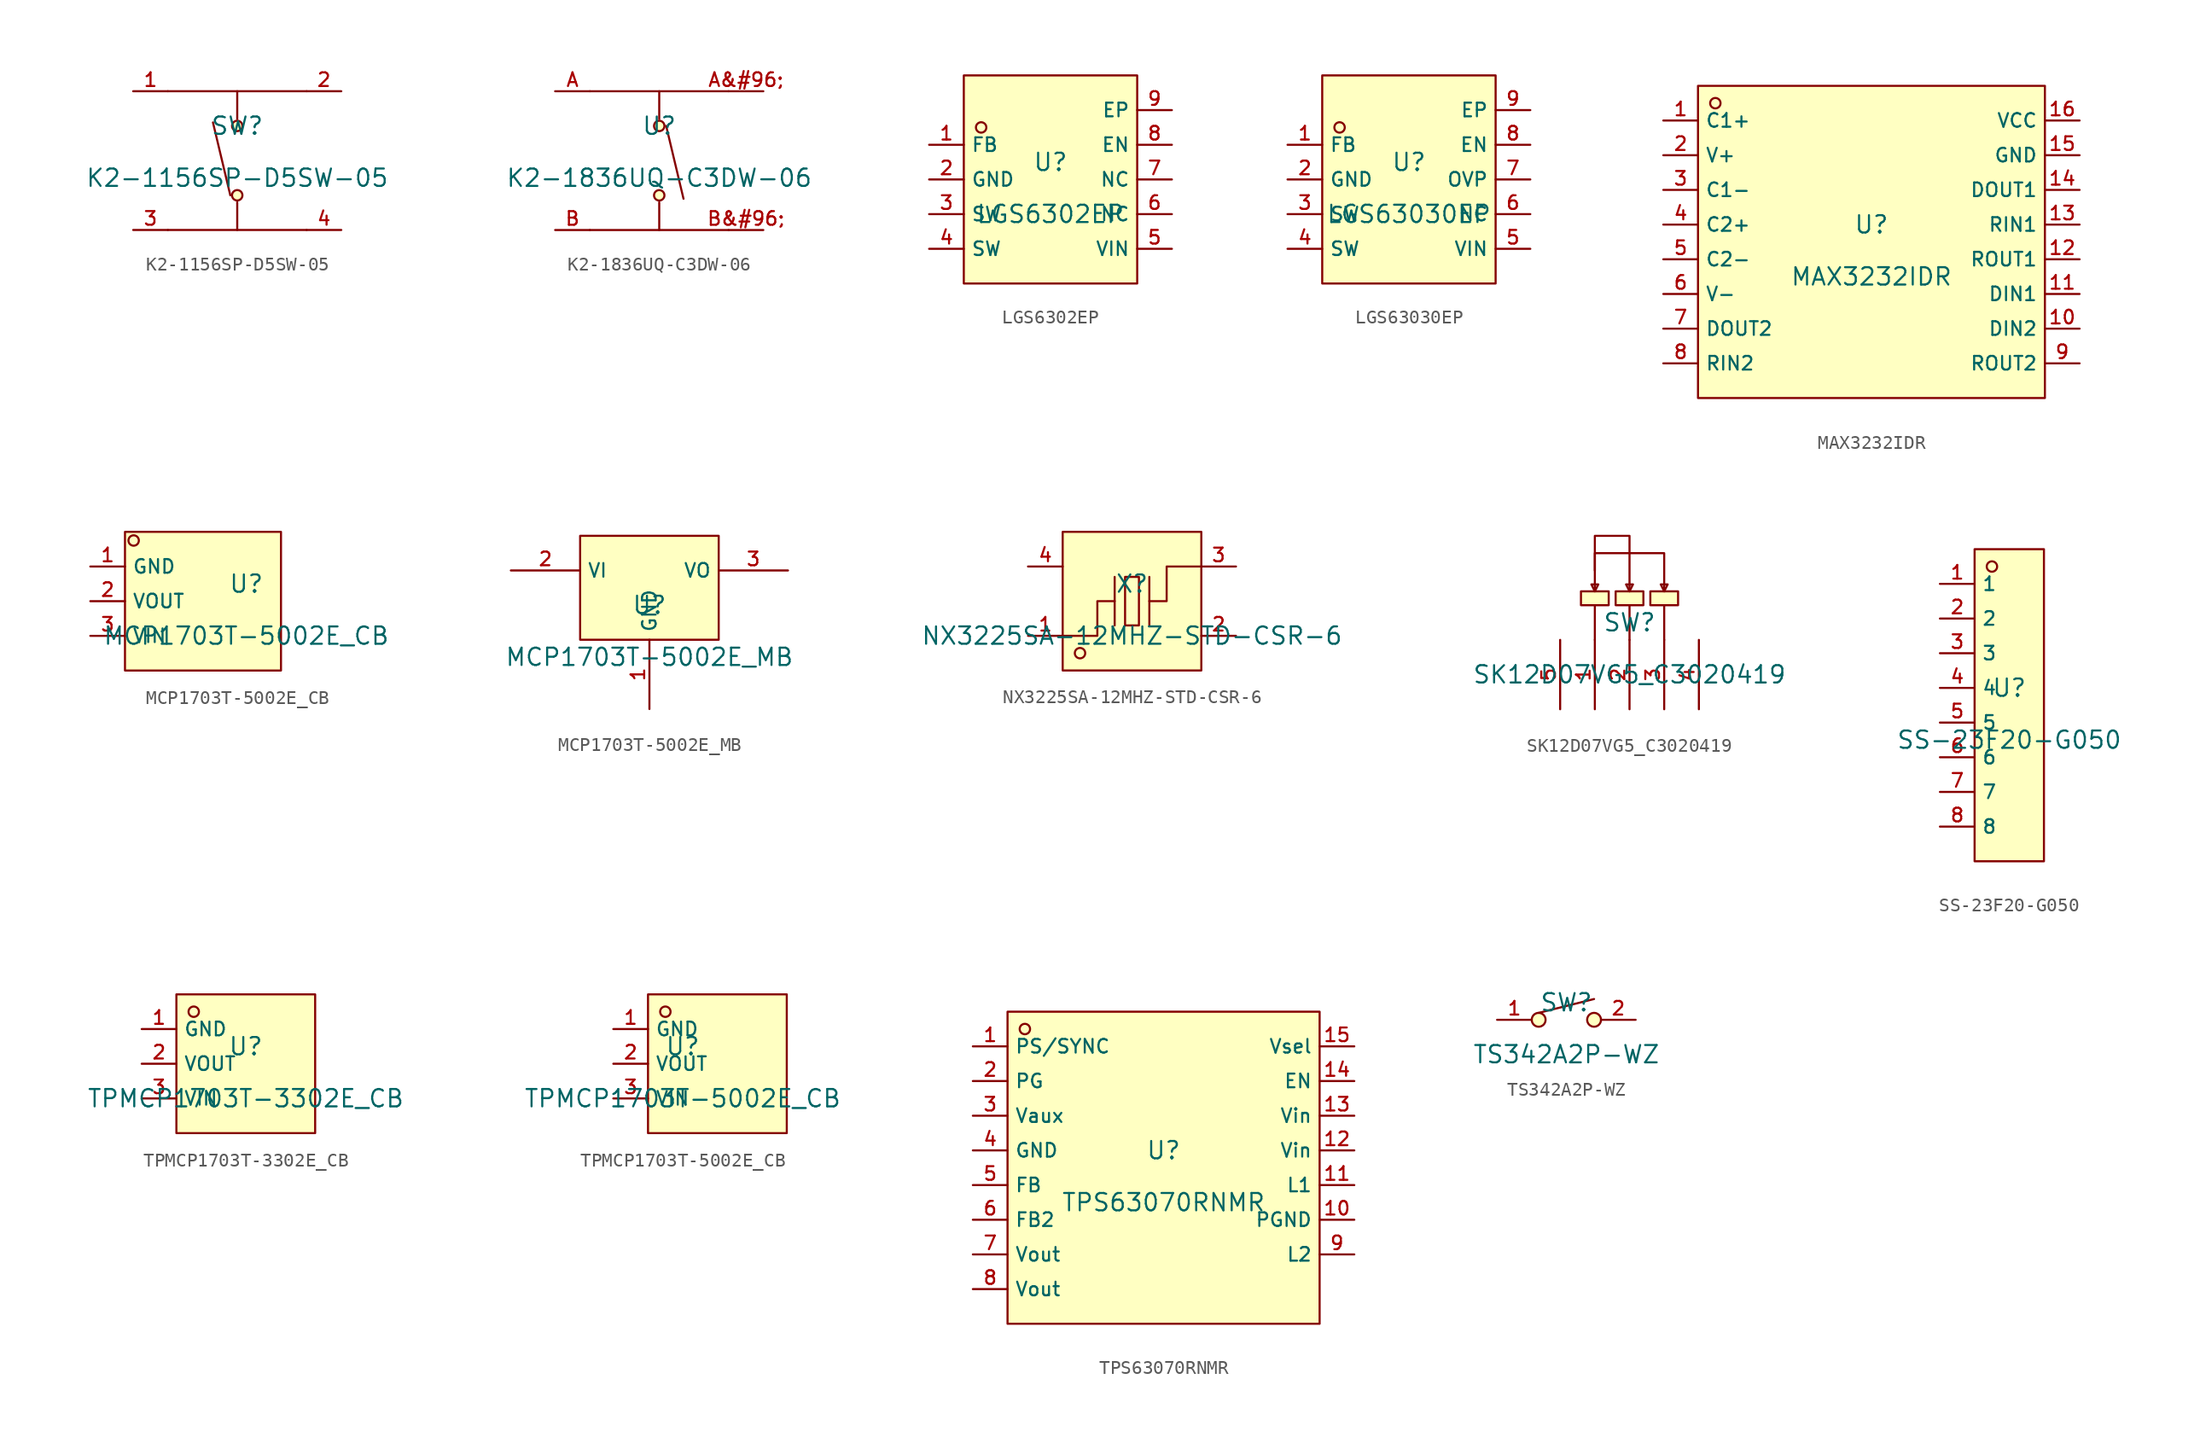
<source format=kicad_sym>
(kicad_symbol_lib
  (version 20220914)
  (generator kicad_symbol_editor)
  (symbol "K2-1156SP-D5SW-05"
    (pin_names hide)
    (property "Reference" "SW"
      (at 0 1.27 0)
      (effects (font (size 1.27 1.27))))
    (property "Value" "K2-1156SP-D5SW-05"
      (at 0 -2.54 0)
      (effects (font (size 1.27 1.27))))
    (symbol "K2-1156SP-D5SW-05_0_1"
      (circle (center 0 -3.81) (radius 0.381) (stroke (width 0) (type default)) (fill (type background)))
      (polyline (pts (xy -5.08 -6.35) (xy 5.08 -6.35)) (stroke (width 0) (type default)) (fill (type none)))
      (polyline (pts (xy -5.08 3.81) (xy 5.08 3.81)) (stroke (width 0) (type default)) (fill (type none)))
      (polyline (pts (xy -0.508 -3.81) (xy -1.778 1.524)) (stroke (width 0) (type default)) (fill (type none)))
      (polyline (pts (xy 0 -4.318) (xy 0 -6.35)) (stroke (width 0) (type default)) (fill (type none)))
      (polyline (pts (xy 0 1.778) (xy 0 3.81)) (stroke (width 0) (type default)) (fill (type none)))
      (circle (center 0 1.27) (radius 0.381) (stroke (width 0) (type default)) (fill (type background)))
      (pin unspecified line (at -7.62 3.81 0) (length 2.54) (name "1" (effects (font (size 1 1)))) (number "1" (effects (font (size 1 1)))))
      (pin unspecified line (at 7.62 3.81 180) (length 2.54) (name "2" (effects (font (size 1 1)))) (number "2" (effects (font (size 1 1)))))
      (pin unspecified line (at -7.62 -6.35 0) (length 2.54) (name "3" (effects (font (size 1 1)))) (number "3" (effects (font (size 1 1)))))
      (pin unspecified line (at 7.62 -6.35 180) (length 2.54) (name "4" (effects (font (size 1 1)))) (number "4" (effects (font (size 1 1)))))))
  (symbol "K2-1836UQ-C3DW-06"
    (pin_names hide)
    (property "Reference" "U"
      (at 0 1.27 0)
      (effects (font (size 1.27 1.27))))
    (property "Value" "K2-1836UQ-C3DW-06"
      (at 0 -2.54 0)
      (effects (font (size 1.27 1.27))))
    (symbol "K2-1836UQ-C3DW-06_0_1"
      (circle (center 0 -3.81) (radius 0.381) (stroke (width 0) (type default)) (fill (type background)))
      (polyline (pts (xy -5.08 -6.35) (xy 5.08 -6.35)) (stroke (width 0) (type default)) (fill (type none)))
      (polyline (pts (xy -5.08 3.81) (xy 5.08 3.81)) (stroke (width 0) (type default)) (fill (type none)))
      (polyline (pts (xy 0 -4.318) (xy 0 -6.35)) (stroke (width 0) (type default)) (fill (type none)))
      (polyline (pts (xy 0 1.778) (xy 0 3.81)) (stroke (width 0) (type default)) (fill (type none)))
      (polyline (pts (xy 0.508 1.27) (xy 1.778 -4.064)) (stroke (width 0) (type default)) (fill (type none)))
      (circle (center 0 1.27) (radius 0.381) (stroke (width 0) (type default)) (fill (type background)))
      (pin unspecified line (at -7.62 3.81 0) (length 2.54) (name "A" (effects (font (size 1 1)))) (number "A" (effects (font (size 1 1)))))
      (pin unspecified line (at 7.62 3.81 180) (length 2.54) (name "A&#96;" (effects (font (size 1 1)))) (number "A&#96;" (effects (font (size 1 1)))))
      (pin unspecified line (at -7.62 -6.35 0) (length 2.54) (name "B" (effects (font (size 1 1)))) (number "B" (effects (font (size 1 1)))))
      (pin unspecified line (at 7.62 -6.35 180) (length 2.54) (name "B&#96;" (effects (font (size 1 1)))) (number "B&#96;" (effects (font (size 1 1)))))))
  (symbol "LGS6302EP"
    (property "Reference" "U"
      (at 0 1.27 0)
      (effects (font (size 1.27 1.27))))
    (property "Value" "LGS6302EP"
      (at 0 -2.54 0)
      (effects (font (size 1.27 1.27))))
    (symbol "LGS6302EP_0_1"
      (rectangle (start -6.35 7.62) (end 6.35 -7.62) (stroke (width 0) (type default)) (fill (type background)))
      (circle (center -5.08 3.81) (radius 0.381) (stroke (width 0) (type default)) (fill (type background)))
      (pin unspecified line (at -8.89 2.54 0) (length 2.54) (name "FB" (effects (font (size 1 1)))) (number "1" (effects (font (size 1 1)))))
      (pin unspecified line (at -8.89 0 0) (length 2.54) (name "GND" (effects (font (size 1 1)))) (number "2" (effects (font (size 1 1)))))
      (pin unspecified line (at -8.89 -2.54 0) (length 2.54) (name "SW" (effects (font (size 1 1)))) (number "3" (effects (font (size 1 1)))))
      (pin unspecified line (at -8.89 -5.08 0) (length 2.54) (name "SW" (effects (font (size 1 1)))) (number "4" (effects (font (size 1 1)))))
      (pin unspecified line (at 8.89 -5.08 180) (length 2.54) (name "VIN" (effects (font (size 1 1)))) (number "5" (effects (font (size 1 1)))))
      (pin unspecified line (at 8.89 -2.54 180) (length 2.54) (name "NC" (effects (font (size 1 1)))) (number "6" (effects (font (size 1 1)))))
      (pin unspecified line (at 8.89 0 180) (length 2.54) (name "NC" (effects (font (size 1 1)))) (number "7" (effects (font (size 1 1)))))
      (pin unspecified line (at 8.89 2.54 180) (length 2.54) (name "EN" (effects (font (size 1 1)))) (number "8" (effects (font (size 1 1)))))
      (pin unspecified line (at 8.89 5.08 180) (length 2.54) (name "EP" (effects (font (size 1 1)))) (number "9" (effects (font (size 1 1)))))))
  (symbol "LGS63030EP"
    (property "Reference" "U"
      (at 0 1.27 0)
      (effects (font (size 1.27 1.27))))
    (property "Value" "LGS63030EP"
      (at 0 -2.54 0)
      (effects (font (size 1.27 1.27))))
    (symbol "LGS63030EP_0_1"
      (rectangle (start -6.35 7.62) (end 6.35 -7.62) (stroke (width 0) (type default)) (fill (type background)))
      (circle (center -5.08 3.81) (radius 0.381) (stroke (width 0) (type default)) (fill (type background)))
      (pin unspecified line (at -8.89 2.54 0) (length 2.54) (name "FB" (effects (font (size 1 1)))) (number "1" (effects (font (size 1 1)))))
      (pin unspecified line (at -8.89 0 0) (length 2.54) (name "GND" (effects (font (size 1 1)))) (number "2" (effects (font (size 1 1)))))
      (pin unspecified line (at -8.89 -2.54 0) (length 2.54) (name "SW" (effects (font (size 1 1)))) (number "3" (effects (font (size 1 1)))))
      (pin unspecified line (at -8.89 -5.08 0) (length 2.54) (name "SW" (effects (font (size 1 1)))) (number "4" (effects (font (size 1 1)))))
      (pin unspecified line (at 8.89 -5.08 180) (length 2.54) (name "VIN" (effects (font (size 1 1)))) (number "5" (effects (font (size 1 1)))))
      (pin unspecified line (at 8.89 -2.54 180) (length 2.54) (name "NC" (effects (font (size 1 1)))) (number "6" (effects (font (size 1 1)))))
      (pin unspecified line (at 8.89 0 180) (length 2.54) (name "OVP" (effects (font (size 1 1)))) (number "7" (effects (font (size 1 1)))))
      (pin unspecified line (at 8.89 2.54 180) (length 2.54) (name "EN" (effects (font (size 1 1)))) (number "8" (effects (font (size 1 1)))))
      (pin unspecified line (at 8.89 5.08 180) (length 2.54) (name "EP" (effects (font (size 1 1)))) (number "9" (effects (font (size 1 1)))))))
  (symbol "MAX3232IDR"
    (property "Reference" "U"
      (at 0 1.27 0)
      (effects (font (size 1.27 1.27))))
    (property "Value" "MAX3232IDR"
      (at 0 -2.54 0)
      (effects (font (size 1.27 1.27))))
    (symbol "MAX3232IDR_0_1"
      (rectangle (start -12.7 11.43) (end 12.7 -11.43) (stroke (width 0) (type default)) (fill (type background)))
      (circle (center -11.43 10.16) (radius 0.381) (stroke (width 0) (type default)) (fill (type background)))
      (pin unspecified line (at -15.24 8.89 0) (length 2.54) (name "C1+" (effects (font (size 1 1)))) (number "1" (effects (font (size 1 1)))))
      (pin unspecified line (at 15.24 -6.35 180) (length 2.54) (name "DIN2" (effects (font (size 1 1)))) (number "10" (effects (font (size 1 1)))))
      (pin unspecified line (at 15.24 -3.81 180) (length 2.54) (name "DIN1" (effects (font (size 1 1)))) (number "11" (effects (font (size 1 1)))))
      (pin unspecified line (at 15.24 -1.27 180) (length 2.54) (name "ROUT1" (effects (font (size 1 1)))) (number "12" (effects (font (size 1 1)))))
      (pin unspecified line (at 15.24 1.27 180) (length 2.54) (name "RIN1" (effects (font (size 1 1)))) (number "13" (effects (font (size 1 1)))))
      (pin unspecified line (at 15.24 3.81 180) (length 2.54) (name "DOUT1" (effects (font (size 1 1)))) (number "14" (effects (font (size 1 1)))))
      (pin unspecified line (at 15.24 6.35 180) (length 2.54) (name "GND" (effects (font (size 1 1)))) (number "15" (effects (font (size 1 1)))))
      (pin unspecified line (at 15.24 8.89 180) (length 2.54) (name "VCC" (effects (font (size 1 1)))) (number "16" (effects (font (size 1 1)))))
      (pin unspecified line (at -15.24 6.35 0) (length 2.54) (name "V+" (effects (font (size 1 1)))) (number "2" (effects (font (size 1 1)))))
      (pin unspecified line (at -15.24 3.81 0) (length 2.54) (name "C1-" (effects (font (size 1 1)))) (number "3" (effects (font (size 1 1)))))
      (pin unspecified line (at -15.24 1.27 0) (length 2.54) (name "C2+" (effects (font (size 1 1)))) (number "4" (effects (font (size 1 1)))))
      (pin unspecified line (at -15.24 -1.27 0) (length 2.54) (name "C2-" (effects (font (size 1 1)))) (number "5" (effects (font (size 1 1)))))
      (pin unspecified line (at -15.24 -3.81 0) (length 2.54) (name "V-" (effects (font (size 1 1)))) (number "6" (effects (font (size 1 1)))))
      (pin unspecified line (at -15.24 -6.35 0) (length 2.54) (name "DOUT2" (effects (font (size 1 1)))) (number "7" (effects (font (size 1 1)))))
      (pin unspecified line (at -15.24 -8.89 0) (length 2.54) (name "RIN2" (effects (font (size 1 1)))) (number "8" (effects (font (size 1 1)))))
      (pin unspecified line (at 15.24 -8.89 180) (length 2.54) (name "ROUT2" (effects (font (size 1 1)))) (number "9" (effects (font (size 1 1)))))))
  (symbol "MCP1703T-5002E_CB"
    (property "Reference" "U"
      (at 0 1.27 0)
      (effects (font (size 1.27 1.27))))
    (property "Value" "MCP1703T-5002E_CB"
      (at 0 -2.54 0)
      (effects (font (size 1.27 1.27))))
    (symbol "MCP1703T-5002E_CB_0_1"
      (rectangle (start -8.89 5.08) (end 2.54 -5.08) (stroke (width 0) (type default)) (fill (type background)))
      (circle (center -8.255 4.445) (radius 0.381) (stroke (width 0) (type default)) (fill (type background)))
      (pin unspecified line (at -11.43 2.54 0) (length 2.54) (name "GND" (effects (font (size 1 1)))) (number "1" (effects (font (size 1 1)))))
      (pin unspecified line (at -11.43 0 0) (length 2.54) (name "VOUT" (effects (font (size 1 1)))) (number "2" (effects (font (size 1 1)))))
      (pin unspecified line (at -11.43 -2.54 0) (length 2.54) (name "VIN" (effects (font (size 1 1)))) (number "3" (effects (font (size 1 1)))))))
  (symbol "MCP1703T-5002E_MB"
    (property "Reference" "U"
      (at 0 1.27 0)
      (effects (font (size 1.27 1.27))))
    (property "Value" "MCP1703T-5002E_MB"
      (at 0 -2.54 0)
      (effects (font (size 1.27 1.27))))
    (symbol "MCP1703T-5002E_MB_0_1"
      (rectangle (start -5.08 6.35) (end 5.08 -1.27) (stroke (width 0) (type default)) (fill (type background)))
      (pin power_in line (at 0 -6.35 90) (length 5.08) (name "GND" (effects (font (size 1 1)))) (number "1" (effects (font (size 1 1)))))
      (pin power_in line (at -10.16 3.81 0) (length 5.08) (name "VI" (effects (font (size 1 1)))) (number "2" (effects (font (size 1 1)))))
      (pin unspecified line (at 10.16 3.81 180) (length 5.08) (name "VO" (effects (font (size 1 1)))) (number "3" (effects (font (size 1 1)))))))
  (symbol "NX3225SA-12MHZ-STD-CSR-6"
    (pin_names hide)
    (property "Reference" "X"
      (at 0 1.27 0)
      (effects (font (size 1.27 1.27))))
    (property "Value" "NX3225SA-12MHZ-STD-CSR-6"
      (at 0 -2.54 0)
      (effects (font (size 1.27 1.27))))
    (symbol "NX3225SA-12MHZ-STD-CSR-6_0_1"
      (rectangle (start -5.08 5.08) (end 5.08 -5.08) (stroke (width 0) (type default)) (fill (type background)))
      (circle (center -3.81 -3.81) (radius 0.381) (stroke (width 0) (type default)) (fill (type background)))
      (rectangle (start -0.508 1.778) (end 0.508 -1.778) (stroke (width 0) (type default)) (fill (type background)))
      (polyline (pts (xy -1.27 -1.778) (xy -1.27 1.778)) (stroke (width 0) (type default)) (fill (type none)))
      (polyline (pts (xy 1.27 -1.778) (xy 1.27 1.778)) (stroke (width 0) (type default)) (fill (type none)))
      (polyline (pts (xy -5.08 -2.54) (xy -2.54 -2.54) (xy -2.54 0) (xy -1.27 0)) (stroke (width 0) (type default)) (fill (type none)))
      (polyline (pts (xy 5.08 2.54) (xy 2.54 2.54) (xy 2.54 0) (xy 1.27 0)) (stroke (width 0) (type default)) (fill (type none)))
      (pin input line (at -7.62 -2.54 0) (length 2.54) (name "1" (effects (font (size 1 1)))) (number "1" (effects (font (size 1 1)))))
      (pin input line (at 7.62 -2.54 180) (length 2.54) (name "GND" (effects (font (size 1 1)))) (number "2" (effects (font (size 1 1)))))
      (pin input line (at 7.62 2.54 180) (length 2.54) (name "3" (effects (font (size 1 1)))) (number "3" (effects (font (size 1 1)))))
      (pin input line (at -7.62 2.54 0) (length 2.54) (name "GND" (effects (font (size 1 1)))) (number "4" (effects (font (size 1 1)))))))
  (symbol "SK12D07VG5_C3020419"
    (pin_names hide)
    (property "Reference" "SW"
      (at 0 1.27 0)
      (effects (font (size 1.27 1.27))))
    (property "Value" "SK12D07VG5_C3020419"
      (at 0 -2.54 0)
      (effects (font (size 1.27 1.27))))
    (symbol "SK12D07VG5_C3020419_0_1"
      (rectangle (start -3.556 3.556) (end -1.524 2.54) (stroke (width 0) (type default)) (fill (type background)))
      (rectangle (start -1.016 3.556) (end 1.016 2.54) (stroke (width 0) (type default)) (fill (type background)))
      (polyline (pts (xy -2.54 0) (xy -2.54 2.54)) (stroke (width 0) (type default)) (fill (type none)))
      (polyline (pts (xy 0 0) (xy 0 2.54)) (stroke (width 0) (type default)) (fill (type none)))
      (polyline (pts (xy 2.54 0) (xy 2.54 2.54)) (stroke (width 0) (type default)) (fill (type none)))
      (polyline (pts (xy -2.54 3.556) (xy -2.54 6.35) (xy 2.54 6.35) (xy 2.54 3.556)) (stroke (width 0) (type default)) (fill (type none)))
      (polyline (pts (xy -2.54 5.08) (xy -2.54 7.62) (xy 0 7.62) (xy 0 3.556)) (stroke (width 0) (type default)) (fill (type none)))
      (polyline (pts (xy -2.286 4.064) (xy -2.794 4.064) (xy -2.54 3.556) (xy -2.286 4.064)) (stroke (width 0) (type default)) (fill (type none)))
      (polyline (pts (xy 0.254 4.064) (xy -0.254 4.064) (xy 0 3.556) (xy 0.254 4.064)) (stroke (width 0) (type default)) (fill (type none)))
      (polyline (pts (xy 2.794 4.064) (xy 2.286 4.064) (xy 2.54 3.556) (xy 2.794 4.064)) (stroke (width 0) (type default)) (fill (type none)))
      (rectangle (start 1.524 3.556) (end 3.556 2.54) (stroke (width 0) (type default)) (fill (type background)))
      (pin unspecified line (at -2.54 -5.08 90) (length 5.08) (name "1" (effects (font (size 1 1)))) (number "1" (effects (font (size 1 1)))))
      (pin unspecified line (at 0 -5.08 90) (length 5.08) (name "2" (effects (font (size 1 1)))) (number "2" (effects (font (size 1 1)))))
      (pin unspecified line (at 2.54 -5.08 90) (length 5.08) (name "3" (effects (font (size 1 1)))) (number "3" (effects (font (size 1 1)))))
      (pin unspecified line (at 5.08 -5.08 90) (length 5.08) (name "4" (effects (font (size 1 1)))) (number "4" (effects (font (size 1 1)))))
      (pin unspecified line (at -5.08 -5.08 90) (length 5.08) (name "5" (effects (font (size 1 1)))) (number "5" (effects (font (size 1 1)))))))
  (symbol "SS-23F20-G050"
    (property "Reference" "U"
      (at 0 1.27 0)
      (effects (font (size 1.27 1.27))))
    (property "Value" "SS-23F20-G050"
      (at 0 -2.54 0)
      (effects (font (size 1.27 1.27))))
    (symbol "SS-23F20-G050_0_1"
      (rectangle (start -2.54 11.43) (end 2.54 -11.43) (stroke (width 0) (type default)) (fill (type background)))
      (circle (center -1.27 10.16) (radius 0.381) (stroke (width 0) (type default)) (fill (type background)))
      (pin unspecified line (at -5.08 8.89 0) (length 2.54) (name "1" (effects (font (size 1 1)))) (number "1" (effects (font (size 1 1)))))
      (pin unspecified line (at -5.08 6.35 0) (length 2.54) (name "2" (effects (font (size 1 1)))) (number "2" (effects (font (size 1 1)))))
      (pin unspecified line (at -5.08 3.81 0) (length 2.54) (name "3" (effects (font (size 1 1)))) (number "3" (effects (font (size 1 1)))))
      (pin unspecified line (at -5.08 1.27 0) (length 2.54) (name "4" (effects (font (size 1 1)))) (number "4" (effects (font (size 1 1)))))
      (pin unspecified line (at -5.08 -1.27 0) (length 2.54) (name "5" (effects (font (size 1 1)))) (number "5" (effects (font (size 1 1)))))
      (pin unspecified line (at -5.08 -3.81 0) (length 2.54) (name "6" (effects (font (size 1 1)))) (number "6" (effects (font (size 1 1)))))
      (pin unspecified line (at -5.08 -6.35 0) (length 2.54) (name "7" (effects (font (size 1 1)))) (number "7" (effects (font (size 1 1)))))
      (pin unspecified line (at -5.08 -8.89 0) (length 2.54) (name "8" (effects (font (size 1 1)))) (number "8" (effects (font (size 1 1)))))))
  (symbol "TPMCP1703T-3302E_CB"
    (property "Reference" "U"
      (at 0 1.27 0)
      (effects (font (size 1.27 1.27))))
    (property "Value" "TPMCP1703T-3302E_CB"
      (at 0 -2.54 0)
      (effects (font (size 1.27 1.27))))
    (symbol "TPMCP1703T-3302E_CB_0_1"
      (rectangle (start -5.08 5.08) (end 5.08 -5.08) (stroke (width 0) (type default)) (fill (type background)))
      (circle (center -3.81 3.81) (radius 0.381) (stroke (width 0) (type default)) (fill (type background)))
      (pin unspecified line (at -7.62 2.54 0) (length 2.54) (name "GND" (effects (font (size 1 1)))) (number "1" (effects (font (size 1 1)))))
      (pin unspecified line (at -7.62 0 0) (length 2.54) (name "VOUT" (effects (font (size 1 1)))) (number "2" (effects (font (size 1 1)))))
      (pin unspecified line (at -7.62 -2.54 0) (length 2.54) (name "VIN" (effects (font (size 1 1)))) (number "3" (effects (font (size 1 1)))))))
  (symbol "TPMCP1703T-5002E_CB"
    (property "Reference" "U"
      (at 0 1.27 0)
      (effects (font (size 1.27 1.27))))
    (property "Value" "TPMCP1703T-5002E_CB"
      (at 0 -2.54 0)
      (effects (font (size 1.27 1.27))))
    (symbol "TPMCP1703T-5002E_CB_0_1"
      (rectangle (start -2.54 5.08) (end 7.62 -5.08) (stroke (width 0) (type default)) (fill (type background)))
      (circle (center -1.27 3.81) (radius 0.381) (stroke (width 0) (type default)) (fill (type background)))
      (pin unspecified line (at -5.08 2.54 0) (length 2.54) (name "GND" (effects (font (size 1 1)))) (number "1" (effects (font (size 1 1)))))
      (pin unspecified line (at -5.08 0 0) (length 2.54) (name "VOUT" (effects (font (size 1 1)))) (number "2" (effects (font (size 1 1)))))
      (pin unspecified line (at -5.08 -2.54 0) (length 2.54) (name "VIN" (effects (font (size 1 1)))) (number "3" (effects (font (size 1 1)))))))
  (symbol "TPS63070RNMR"
    (property "Reference" "U"
      (at 0 1.27 0)
      (effects (font (size 1.27 1.27))))
    (property "Value" "TPS63070RNMR"
      (at 0 -2.54 0)
      (effects (font (size 1.27 1.27))))
    (symbol "TPS63070RNMR_0_1"
      (rectangle (start -11.43 11.43) (end 11.43 -11.43) (stroke (width 0) (type default)) (fill (type background)))
      (circle (center -10.16 10.16) (radius 0.381) (stroke (width 0) (type default)) (fill (type background)))
      (pin unspecified line (at -13.97 8.89 0) (length 2.54) (name "PS/SYNC" (effects (font (size 1 1)))) (number "1" (effects (font (size 1 1)))))
      (pin unspecified line (at 13.97 -3.81 180) (length 2.54) (name "PGND" (effects (font (size 1 1)))) (number "10" (effects (font (size 1 1)))))
      (pin unspecified line (at 13.97 -1.27 180) (length 2.54) (name "L1" (effects (font (size 1 1)))) (number "11" (effects (font (size 1 1)))))
      (pin unspecified line (at 13.97 1.27 180) (length 2.54) (name "Vin" (effects (font (size 1 1)))) (number "12" (effects (font (size 1 1)))))
      (pin unspecified line (at 13.97 3.81 180) (length 2.54) (name "Vin" (effects (font (size 1 1)))) (number "13" (effects (font (size 1 1)))))
      (pin unspecified line (at 13.97 6.35 180) (length 2.54) (name "EN" (effects (font (size 1 1)))) (number "14" (effects (font (size 1 1)))))
      (pin unspecified line (at 13.97 8.89 180) (length 2.54) (name "Vsel" (effects (font (size 1 1)))) (number "15" (effects (font (size 1 1)))))
      (pin unspecified line (at -13.97 6.35 0) (length 2.54) (name "PG" (effects (font (size 1 1)))) (number "2" (effects (font (size 1 1)))))
      (pin unspecified line (at -13.97 3.81 0) (length 2.54) (name "Vaux" (effects (font (size 1 1)))) (number "3" (effects (font (size 1 1)))))
      (pin unspecified line (at -13.97 1.27 0) (length 2.54) (name "GND" (effects (font (size 1 1)))) (number "4" (effects (font (size 1 1)))))
      (pin unspecified line (at -13.97 -1.27 0) (length 2.54) (name "FB" (effects (font (size 1 1)))) (number "5" (effects (font (size 1 1)))))
      (pin unspecified line (at -13.97 -3.81 0) (length 2.54) (name "FB2" (effects (font (size 1 1)))) (number "6" (effects (font (size 1 1)))))
      (pin unspecified line (at -13.97 -6.35 0) (length 2.54) (name "Vout" (effects (font (size 1 1)))) (number "7" (effects (font (size 1 1)))))
      (pin unspecified line (at -13.97 -8.89 0) (length 2.54) (name "Vout" (effects (font (size 1 1)))) (number "8" (effects (font (size 1 1)))))
      (pin unspecified line (at 13.97 -6.35 180) (length 2.54) (name "L2" (effects (font (size 1 1)))) (number "9" (effects (font (size 1 1)))))))
  (symbol "TS342A2P-WZ"
    (pin_names hide)
    (property "Reference" "SW"
      (at 0 1.27 0)
      (effects (font (size 1.27 1.27))))
    (property "Value" "TS342A2P-WZ"
      (at 0 -2.54 0)
      (effects (font (size 1.27 1.27))))
    (symbol "TS342A2P-WZ_0_1"
      (circle (center -2.032 0) (radius 0.508) (stroke (width 0) (type default)) (fill (type background)))
      (polyline (pts (xy 2.032 1.524) (xy -2.032 0.508)) (stroke (width 0) (type default)) (fill (type none)))
      (circle (center 2.032 0) (radius 0.508) (stroke (width 0) (type default)) (fill (type background)))
      (pin unspecified line (at -5.08 0 0) (length 2.54) (name "1" (effects (font (size 1 1)))) (number "1" (effects (font (size 1 1)))))
      (pin unspecified line (at 5.08 0 180) (length 2.54) (name "2" (effects (font (size 1 1)))) (number "2" (effects (font (size 1 1))))))))
</source>
